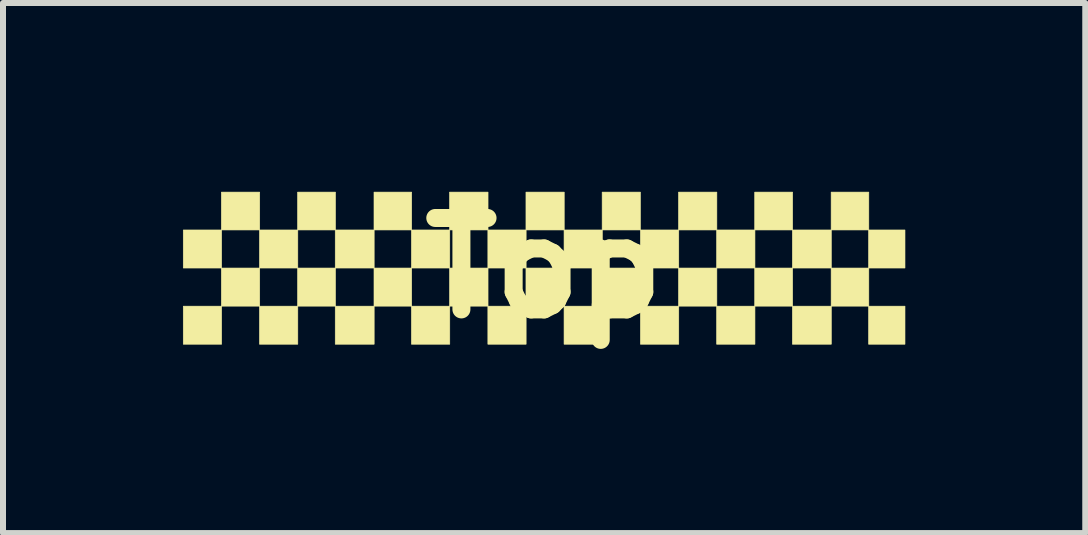
<source format=kicad_pcb>
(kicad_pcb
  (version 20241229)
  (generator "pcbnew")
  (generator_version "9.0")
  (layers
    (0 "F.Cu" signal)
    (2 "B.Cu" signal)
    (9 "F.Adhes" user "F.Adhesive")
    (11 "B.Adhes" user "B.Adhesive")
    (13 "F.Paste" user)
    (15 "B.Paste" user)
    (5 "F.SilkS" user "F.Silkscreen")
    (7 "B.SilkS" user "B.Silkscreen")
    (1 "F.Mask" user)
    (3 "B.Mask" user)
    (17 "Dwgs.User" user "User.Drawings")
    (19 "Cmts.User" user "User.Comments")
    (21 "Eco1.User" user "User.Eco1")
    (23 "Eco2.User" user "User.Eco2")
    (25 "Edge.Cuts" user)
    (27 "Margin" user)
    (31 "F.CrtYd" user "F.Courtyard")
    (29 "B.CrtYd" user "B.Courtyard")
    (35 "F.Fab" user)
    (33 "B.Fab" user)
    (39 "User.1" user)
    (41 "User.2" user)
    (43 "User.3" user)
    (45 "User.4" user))
  (footprint "Top"
    (layer "F.Cu")
    (at 6.02 1.418)
    (property "Reference" "Top" (at 0 0 0) (layer "F.SilkS") (effects (font (size 1.524 1.524) (thickness 0.3))))
    (attr through_hole)
    (fp_poly (pts (xy -4.741 -0.635) (xy -4.11 -0.635) (xy -4.106 -0.635) (xy -4.106 0) (xy -3.482 0) (xy -3.478 0) (xy -3.478 0.635) (xy -2.836 0.635) (xy -2.836 0) (xy -3.478 0) (xy -3.482 0) (xy -3.482 -0.635) (xy -4.106 -0.635) (xy -4.11 -0.635) (xy -4.11 -1.266) (xy -3.478 -1.266) (xy -3.478 -0.635) (xy -2.836 -0.635) (xy -2.833 -0.635) (xy -2.833 0) (xy -2.212 0) (xy -2.208 0) (xy -2.208 0.635) (xy -1.577 0.635) (xy -1.577 0) (xy -2.208 0) (xy -2.212 0) (xy -2.212 -0.635) (xy -2.833 -0.635) (xy -2.836 -0.635) (xy -2.836 -1.266) (xy -2.208 -1.266) (xy -2.208 -0.635) (xy -1.577 -0.635) (xy -1.573 -0.635) (xy -1.573 0) (xy -0.938 0) (xy -0.935 0) (xy -0.935 0.635) (xy -0.303 0.635) (xy -0.303 0) (xy -0.935 0) (xy -0.938 0) (xy -0.938 -0.635) (xy -1.573 -0.635) (xy -1.577 -0.635) (xy -1.577 -1.266) (xy -0.935 -1.266) (xy -0.935 -0.635) (xy -0.303 -0.635) (xy -0.3 -0.635) (xy -0.3 0) (xy 0.332 0) (xy 0.335 0) (xy 0.335 0.635) (xy 0.967 0.635) (xy 0.967 0) (xy 0.335 0) (xy 0.332 0) (xy 0.332 -0.635) (xy -0.3 -0.635) (xy -0.303 -0.635) (xy -0.303 -1.266) (xy 0.335 -1.266) (xy 0.335 -0.635) (xy 0.967 -0.635) (xy 0.97 -0.635) (xy 0.97 0) (xy 1.605 0) (xy 1.605 -0.635) (xy 0.97 -0.635) (xy 0.967 -0.635) (xy 0.967 -1.266) (xy 1.605 -1.266) (xy 1.605 -0.635) (xy 2.24 -0.635) (xy 2.244 -0.635) (xy 2.244 0) (xy 2.875 0) (xy 2.879 0) (xy 2.879 0.635) (xy 3.51 0.635) (xy 3.51 0) (xy 2.879 0) (xy 2.875 0) (xy 2.875 -0.635) (xy 2.244 -0.635) (xy 2.24 -0.635) (xy 2.24 -1.266) (xy 2.879 -1.266) (xy 2.879 -0.635) (xy 3.51 -0.635) (xy 3.514 -0.635) (xy 3.514 0) (xy 4.138 0) (xy 4.142 0) (xy 4.142 0.635) (xy 4.784 0.635) (xy 4.784 0) (xy 4.142 0) (xy 4.138 0) (xy 4.138 -0.635) (xy 3.514 -0.635) (xy 3.51 -0.635) (xy 3.51 -1.266) (xy 4.142 -1.266) (xy 4.142 -0.635) (xy 4.784 -0.635) (xy 4.787 -0.635) (xy 4.787 0) (xy 5.408 0) (xy 5.408 -0.635) (xy 4.787 -0.635) (xy 4.784 -0.635) (xy 4.784 -1.266) (xy 5.412 -1.266) (xy 5.412 -0.635) (xy 6.015 -0.635) (xy 6.015 0) (xy 5.412 0) (xy 5.412 0.635) (xy 6.015 0.635) (xy 6.015 1.27) (xy 5.408 1.27) (xy 5.408 0.635) (xy 4.787 0.635) (xy 4.787 1.27) (xy 4.138 1.27) (xy 4.138 0.635) (xy 3.514 0.635) (xy 3.514 1.27) (xy 2.875 1.27) (xy 2.875 0.635) (xy 2.244 0.635) (xy 2.244 1.27) (xy 1.605 1.27) (xy 1.605 0.635) (xy 2.24 0.635) (xy 2.24 0) (xy 1.605 0) (xy 1.605 0.635) (xy 0.97 0.635) (xy 0.97 1.27) (xy 0.332 1.27) (xy 0.332 0.635) (xy -0.3 0.635) (xy -0.3 1.27) (xy -0.938 1.27) (xy -0.938 0.635) (xy -1.573 0.635) (xy -1.573 1.27) (xy -2.212 1.27) (xy -2.212 0.635) (xy -2.833 0.635) (xy -2.833 1.27) (xy -3.482 1.27) (xy -3.482 0.635) (xy -4.106 0.635) (xy -4.106 1.27) (xy -4.745 1.27) (xy -4.745 0.635) (xy -5.376 0.635) (xy -5.376 1.27) (xy -6.015 1.27) (xy -6.015 0.635) (xy -5.38 0.635) (xy -5.38 0) (xy -6.015 0) (xy -6.015 -0.635) (xy -5.38 -0.635) (xy -5.376 -0.635) (xy -5.376 0) (xy -4.745 0) (xy -4.741 0) (xy -4.741 0.635) (xy -4.11 0.635) (xy -4.11 0) (xy -4.741 0) (xy -4.745 0) (xy -4.745 -0.635) (xy -5.376 -0.635) (xy -5.38 -0.635) (xy -5.38 -1.266) (xy -4.741 -1.266) (xy -4.741 -0.635)) (stroke (width 0.01) (type solid)) (fill yes) (layer "F.SilkS")))
  (gr_rect
    (start -3 -3)
    (end 15.04 5.836)
    (stroke (width 0.1) (type default))
    (fill no)
    (layer "Edge.Cuts")))
</source>
